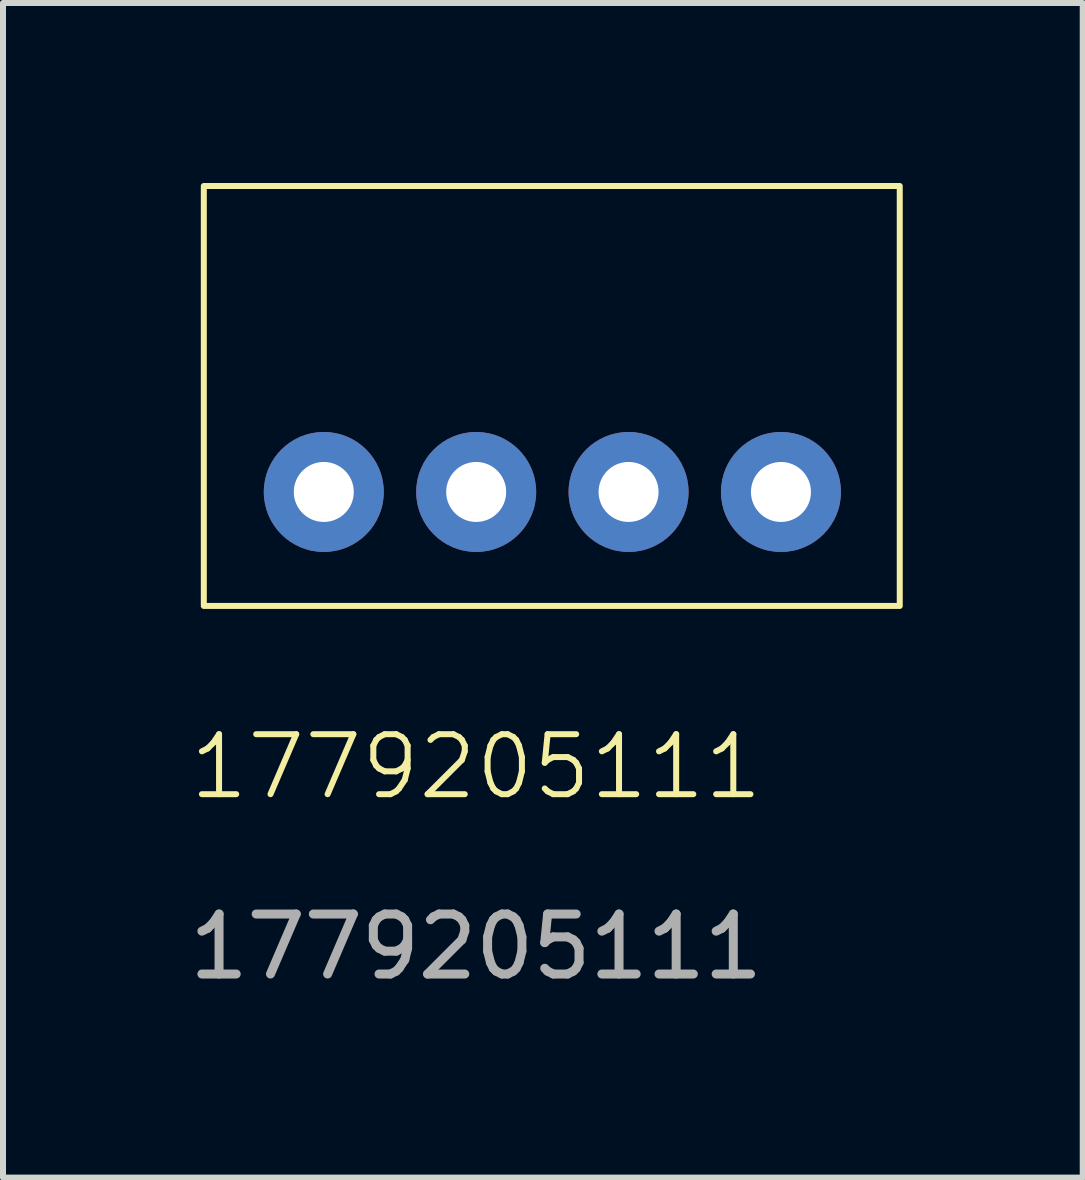
<source format=kicad_pcb>
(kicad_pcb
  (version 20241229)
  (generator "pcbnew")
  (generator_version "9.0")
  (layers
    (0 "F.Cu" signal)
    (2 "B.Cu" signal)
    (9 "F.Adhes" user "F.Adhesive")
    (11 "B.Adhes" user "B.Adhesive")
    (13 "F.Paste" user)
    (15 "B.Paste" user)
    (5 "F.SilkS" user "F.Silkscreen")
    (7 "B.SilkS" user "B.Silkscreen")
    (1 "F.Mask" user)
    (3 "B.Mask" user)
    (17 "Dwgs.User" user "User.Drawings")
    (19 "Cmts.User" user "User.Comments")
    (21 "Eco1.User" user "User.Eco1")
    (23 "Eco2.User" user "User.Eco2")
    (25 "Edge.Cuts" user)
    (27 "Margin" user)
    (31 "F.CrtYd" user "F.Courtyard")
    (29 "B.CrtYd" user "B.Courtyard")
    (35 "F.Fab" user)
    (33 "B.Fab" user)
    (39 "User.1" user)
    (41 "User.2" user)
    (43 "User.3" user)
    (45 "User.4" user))
  (footprint "1779205111"
    (layer "F.Cu")
    (at 4.887 10.23)
    (property "Reference" "1779205111" (at 0 -0.5 0) (unlocked yes) (layer "F.SilkS") (effects (font (size 1 1) (thickness 0.1))))
    (attr through_hole)
    (fp_rect (start -4.54 -10.18) (end 7.06 -3.18) (stroke (width 0.1) (type default)) (fill no) (layer "F.SilkS"))
    (fp_text user "${REFERENCE}" (at 0 2.5 0) (unlocked yes) (layer "F.Fab") (effects (font (size 1 1) (thickness 0.15))))
    (pad "1" thru_hole circle (at -2.54 -5.08) (size 2 2) (drill 1) (layers "*.Cu" "*.Mask"))
    (pad "2" thru_hole circle (at 0 -5.08) (size 2 2) (drill 1) (layers "*.Cu" "*.Mask"))
    (pad "3" thru_hole circle (at 2.54 -5.08) (size 2 2) (drill 1) (layers "*.Cu" "*.Mask"))
    (pad "4" thru_hole circle (at 5.08 -5.08) (size 2 2) (drill 1) (layers "*.Cu" "*.Mask")))
  (gr_rect
    (start -3 -3)
    (end 14.997 16.578)
    (stroke (width 0.1) (type default))
    (fill no)
    (layer "Edge.Cuts")))
</source>
